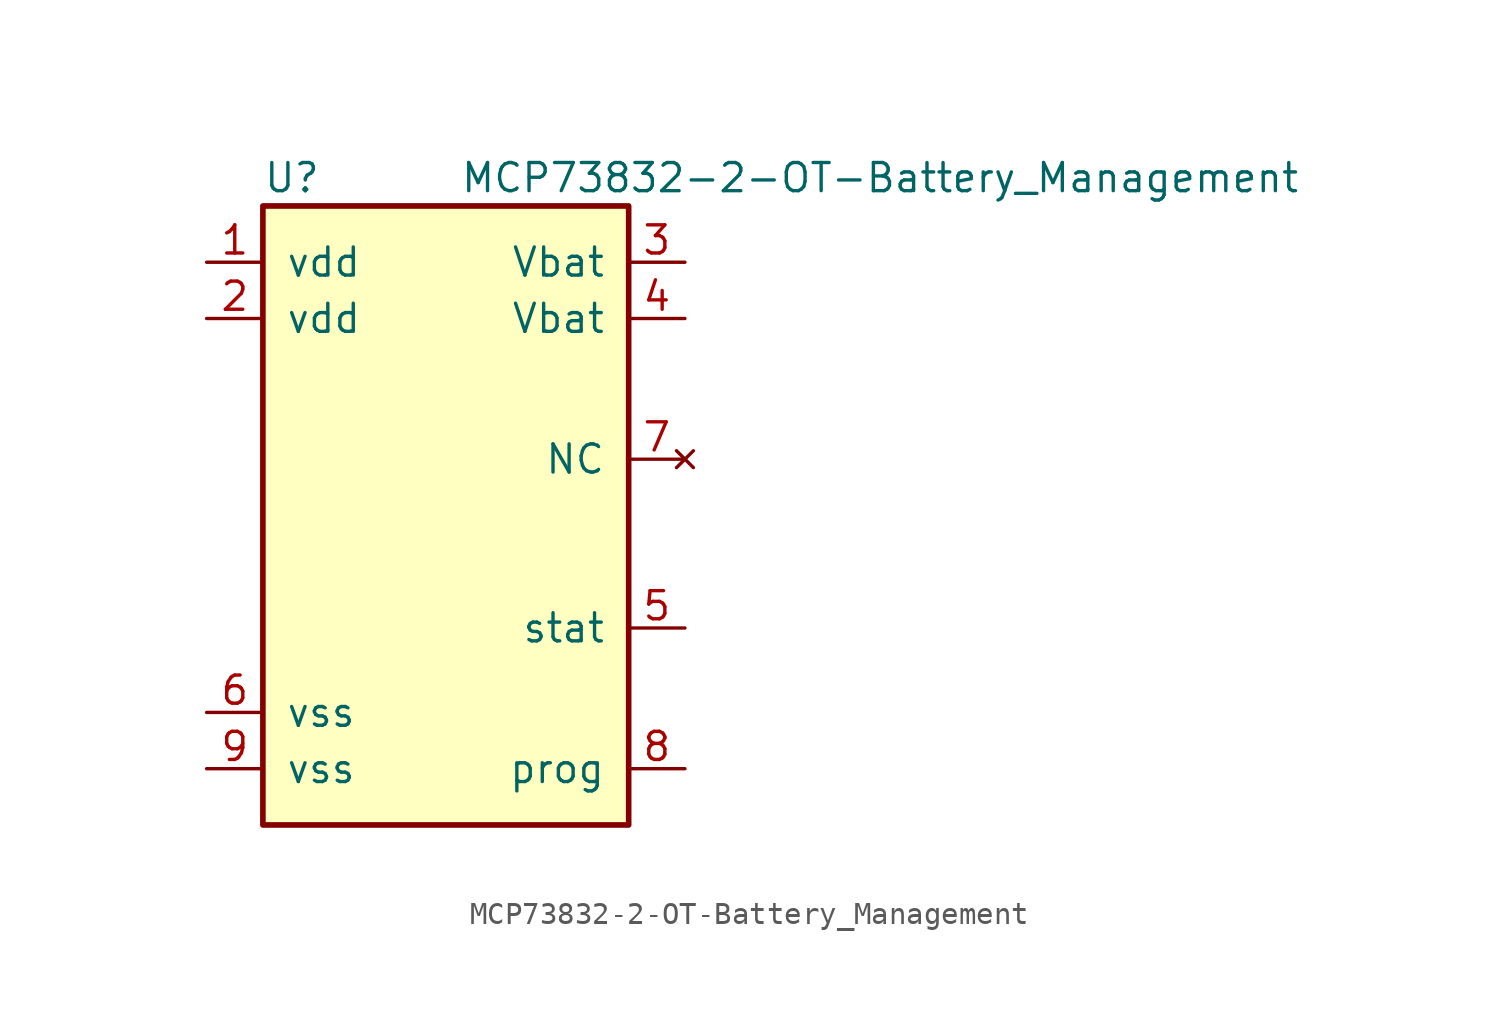
<source format=kicad_sym>
(kicad_symbol_lib
  (version 20220914)
  (generator kicad_symbol_editor)
  (symbol "MCP73832-2-OT-Battery_Management"
    (pin_names
      (offset 1.016))
    (property "Reference" "U"
      (at -7.62 6.35 0)
      (effects (font (size 1.27 1.27)) (justify left)))
    (property "Value" "MCP73832-2-OT-Battery_Management"
      (at 1.27 6.35 0)
      (effects (font (size 1.27 1.27)) (justify left)))
    (symbol "MCP73832-2-OT-Battery_Management_0_1"
      (rectangle (start -7.62 5.08) (end 8.89 -22.86) (stroke (width 0.254) (type solid)) (fill (type background))))
    (symbol "MCP73832-2-OT-Battery_Management_1_1"
      (pin power_in line (at -10.16 2.54 0) (length 2.54) (name "vdd" (effects (font (size 1.27 1.27)))) (number "1" (effects (font (size 1.27 1.27)))))
      (pin power_in line (at -10.16 0 0) (length 2.54) (name "vdd" (effects (font (size 1.27 1.27)))) (number "2" (effects (font (size 1.27 1.27)))))
      (pin input line (at 11.43 2.54 180) (length 2.54) (name "Vbat" (effects (font (size 1.27 1.27)))) (number "3" (effects (font (size 1.27 1.27)))))
      (pin input line (at 11.43 0 180) (length 2.54) (name "Vbat" (effects (font (size 1.27 1.27)))) (number "4" (effects (font (size 1.27 1.27)))))
      (pin input line (at 11.43 -13.97 180) (length 2.54) (name "stat" (effects (font (size 1.27 1.27)))) (number "5" (effects (font (size 1.27 1.27)))))
      (pin power_out line (at -10.16 -17.78 0) (length 2.54) (name "vss" (effects (font (size 1.27 1.27)))) (number "6" (effects (font (size 1.27 1.27)))))
      (pin no_connect line (at 11.43 -6.35 180) (length 2.54) (name "NC" (effects (font (size 1.27 1.27)))) (number "7" (effects (font (size 1.27 1.27)))))
      (pin input line (at 11.43 -20.32 180) (length 2.54) (name "prog" (effects (font (size 1.27 1.27)))) (number "8" (effects (font (size 1.27 1.27)))))
      (pin power_out line (at -10.16 -20.32 0) (length 2.54) (name "vss" (effects (font (size 1.27 1.27)))) (number "9" (effects (font (size 1.27 1.27))))))))
</source>
